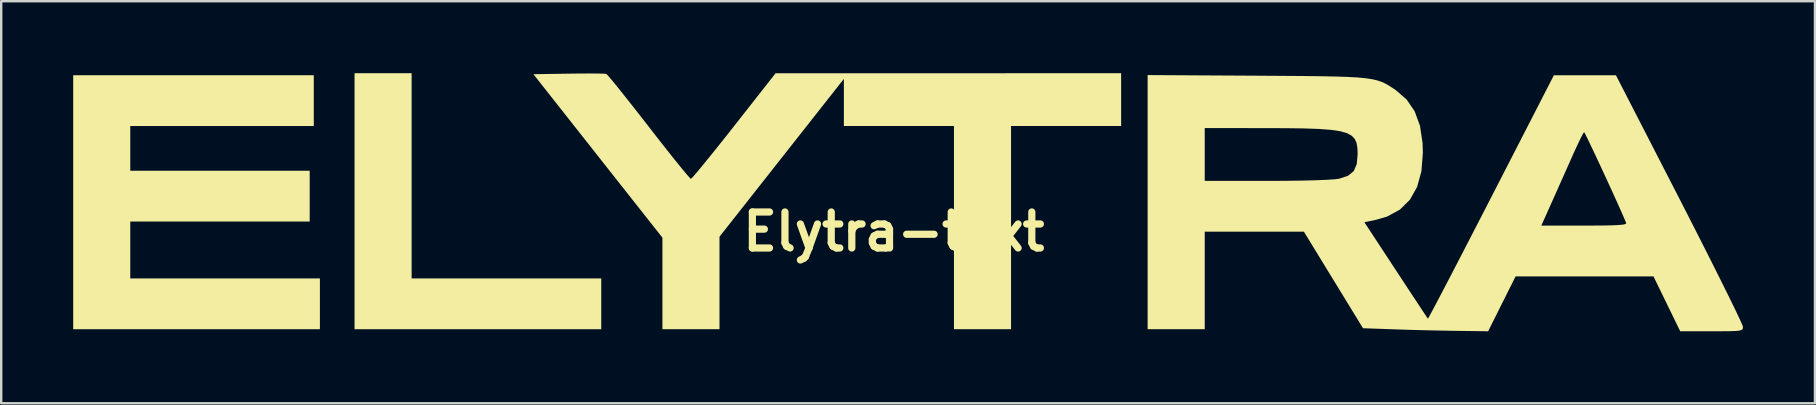
<source format=kicad_pcb>
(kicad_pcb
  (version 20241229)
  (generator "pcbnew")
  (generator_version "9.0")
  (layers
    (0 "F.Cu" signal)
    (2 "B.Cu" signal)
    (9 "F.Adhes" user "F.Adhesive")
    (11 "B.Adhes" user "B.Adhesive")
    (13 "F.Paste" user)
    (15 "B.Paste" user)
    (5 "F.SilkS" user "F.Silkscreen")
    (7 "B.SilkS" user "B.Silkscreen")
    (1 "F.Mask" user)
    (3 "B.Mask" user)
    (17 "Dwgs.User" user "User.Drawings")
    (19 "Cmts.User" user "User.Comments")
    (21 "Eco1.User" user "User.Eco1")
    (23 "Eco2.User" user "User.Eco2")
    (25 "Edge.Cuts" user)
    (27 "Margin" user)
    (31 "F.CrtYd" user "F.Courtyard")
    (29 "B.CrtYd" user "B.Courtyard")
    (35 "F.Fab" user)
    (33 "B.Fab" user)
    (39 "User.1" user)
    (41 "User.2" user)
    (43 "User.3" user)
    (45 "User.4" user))
  (footprint "Elytra-text"
    (layer "F.Cu")
    (at 34.192 6.604)
    (property "Reference" "Elytra-text" (at 0 0 0) (layer "F.SilkS") (effects (font (size 1.5 1.5) (thickness 0.3))))
    (attr board_only exclude_from_pos_files exclude_from_bom)
    (fp_poly (pts (xy -20.091 -2.328) (xy -20.091 1.947) (xy -16.14 1.947) (xy -12.19 1.947) (xy -12.19 3.006) (xy -12.19 4.064) (xy -17.33 4.064) (xy -22.469 4.064) (xy -22.469 -1.27) (xy -22.469 -6.604) (xy -21.28 -6.604) (xy -20.091 -6.604)) (stroke (width 0) (type solid)) (fill yes) (layer "F.SilkS"))
    (fp_poly (pts (xy -24.168 -5.461) (xy -24.168 -4.403) (xy -27.991 -4.403) (xy -31.814 -4.403) (xy -31.814 -3.471) (xy -31.814 -2.54) (xy -28.076 -2.54) (xy -24.338 -2.54) (xy -24.338 -1.482) (xy -24.338 -0.423) (xy -28.076 -0.423) (xy -31.814 -0.423) (xy -31.814 0.762) (xy -31.814 1.947) (xy -27.864 1.947) (xy -23.913 1.947) (xy -23.913 3.006) (xy -23.913 4.064) (xy -29.053 4.064) (xy -34.192 4.064) (xy -34.192 -1.228) (xy -34.192 -6.519) (xy -29.18 -6.519) (xy -24.168 -6.519)) (stroke (width 0) (type solid)) (fill yes) (layer "F.SilkS"))
    (fp_poly (pts (xy 9.472 -5.503) (xy 9.472 -4.403) (xy 7.178 -4.403) (xy 4.885 -4.403) (xy 4.885 -0.169) (xy 4.885 4.064) (xy 3.695 4.064) (xy 2.506 4.064) (xy 2.506 -0.169) (xy 2.506 -4.403) (xy 0.212 -4.403) (xy -2.081 -4.403) (xy -2.081 -5.384) (xy -2.081 -6.366) (xy -4.672 -3.079) (xy -7.263 0.209) (xy -7.263 2.136) (xy -7.263 4.064) (xy -8.453 4.064) (xy -9.642 4.064) (xy -9.642 2.156) (xy -9.642 0.248) (xy -12.33 -3.157) (xy -15.017 -6.562) (xy -13.543 -6.585) (xy -13.056 -6.591) (xy -12.626 -6.592) (xy -12.283 -6.589) (xy -12.056 -6.582) (xy -11.978 -6.573) (xy -11.906 -6.5) (xy -11.743 -6.309) (xy -11.503 -6.015) (xy -11.199 -5.635) (xy -10.844 -5.186) (xy -10.451 -4.684) (xy -10.207 -4.37) (xy -9.799 -3.845) (xy -9.421 -3.366) (xy -9.089 -2.949) (xy -8.813 -2.609) (xy -8.607 -2.362) (xy -8.484 -2.225) (xy -8.455 -2.201) (xy -8.387 -2.266) (xy -8.228 -2.448) (xy -7.991 -2.733) (xy -7.687 -3.105) (xy -7.331 -3.548) (xy -6.934 -4.047) (xy -6.655 -4.401) (xy -4.927 -6.601) (xy 2.272 -6.602) (xy 9.472 -6.604)) (stroke (width 0) (type solid)) (fill yes) (layer "F.SilkS"))
    (fp_poly (pts (xy 15.1 -6.5) (xy 16.141 -6.493) (xy 17.028 -6.487) (xy 17.775 -6.478) (xy 18.397 -6.466) (xy 18.908 -6.449) (xy 19.325 -6.426) (xy 19.662 -6.394) (xy 19.933 -6.353) (xy 20.155 -6.301) (xy 20.342 -6.236) (xy 20.508 -6.157) (xy 20.669 -6.062) (xy 20.84 -5.95) (xy 20.908 -5.905) (xy 21.365 -5.511) (xy 21.702 -5.018) (xy 21.923 -4.417) (xy 22.031 -3.698) (xy 22.044 -3.289) (xy 21.984 -2.518) (xy 21.804 -1.866) (xy 21.505 -1.333) (xy 21.087 -0.92) (xy 20.552 -0.629) (xy 20.087 -0.494) (xy 19.607 -0.395) (xy 20.918 1.602) (xy 21.258 2.119) (xy 21.567 2.588) (xy 21.833 2.991) (xy 22.043 3.309) (xy 22.187 3.526) (xy 22.252 3.621) (xy 22.254 3.624) (xy 22.296 3.555) (xy 22.409 3.347) (xy 22.586 3.013) (xy 22.822 2.565) (xy 23.109 2.015) (xy 23.442 1.375) (xy 23.813 0.658) (xy 24.217 -0.125) (xy 24.284 -0.254) (xy 26.98 -0.254) (xy 28.769 -0.254) (xy 29.387 -0.256) (xy 29.852 -0.263) (xy 30.181 -0.276) (xy 30.39 -0.296) (xy 30.496 -0.324) (xy 30.516 -0.36) (xy 30.43 -0.565) (xy 30.295 -0.874) (xy 30.121 -1.261) (xy 29.922 -1.701) (xy 29.707 -2.168) (xy 29.49 -2.638) (xy 29.281 -3.085) (xy 29.093 -3.484) (xy 28.937 -3.81) (xy 28.824 -4.038) (xy 28.767 -4.143) (xy 28.762 -4.146) (xy 28.712 -4.073) (xy 28.608 -3.872) (xy 28.465 -3.573) (xy 28.296 -3.204) (xy 28.254 -3.109) (xy 28.032 -2.61) (xy 27.786 -2.058) (xy 27.55 -1.528) (xy 27.387 -1.164) (xy 26.98 -0.254) (xy 24.284 -0.254) (xy 24.648 -0.961) (xy 24.892 -1.435) (xy 27.503 -6.519) (xy 28.796 -6.519) (xy 30.089 -6.519) (xy 32.736 -1.37) (xy 33.182 -0.499) (xy 33.604 0.332) (xy 33.997 1.108) (xy 34.353 1.818) (xy 34.667 2.448) (xy 34.932 2.987) (xy 35.141 3.42) (xy 35.289 3.736) (xy 35.369 3.922) (xy 35.382 3.964) (xy 35.376 4.034) (xy 35.343 4.084) (xy 35.257 4.117) (xy 35.093 4.136) (xy 34.826 4.145) (xy 34.431 4.148) (xy 34.074 4.149) (xy 32.767 4.149) (xy 32.21 3.006) (xy 31.653 1.863) (xy 28.78 1.863) (xy 25.907 1.863) (xy 25.335 3.006) (xy 24.764 4.149) (xy 23.425 4.131) (xy 22.822 4.121) (xy 22.141 4.106) (xy 21.464 4.088) (xy 20.869 4.069) (xy 20.818 4.067) (xy 19.549 4.022) (xy 18.318 2.011) (xy 17.087 0) (xy 15.021 0) (xy 12.955 0) (xy 12.955 2.032) (xy 12.955 4.064) (xy 11.766 4.064) (xy 10.576 4.064) (xy 10.576 -1.231) (xy 10.576 -3.217) (xy 12.955 -3.217) (xy 12.955 -2.117) (xy 15.542 -2.117) (xy 16.296 -2.12) (xy 16.977 -2.129) (xy 17.565 -2.143) (xy 18.04 -2.162) (xy 18.382 -2.185) (xy 18.557 -2.208) (xy 18.926 -2.33) (xy 19.164 -2.525) (xy 19.29 -2.821) (xy 19.326 -3.224) (xy 19.318 -3.479) (xy 19.283 -3.691) (xy 19.207 -3.864) (xy 19.076 -4.002) (xy 18.876 -4.109) (xy 18.592 -4.188) (xy 18.21 -4.244) (xy 17.716 -4.281) (xy 17.095 -4.303) (xy 16.333 -4.313) (xy 15.416 -4.316) (xy 15.397 -4.316) (xy 12.955 -4.318) (xy 12.955 -3.217) (xy 10.576 -3.217) (xy 10.576 -6.526)) (stroke (width 0) (type solid)) (fill yes) (layer "F.SilkS")))
  (gr_rect
    (start -3 -3)
    (end 72.574 13.753)
    (stroke (width 0.1) (type default))
    (fill no)
    (layer "Edge.Cuts")))
</source>
